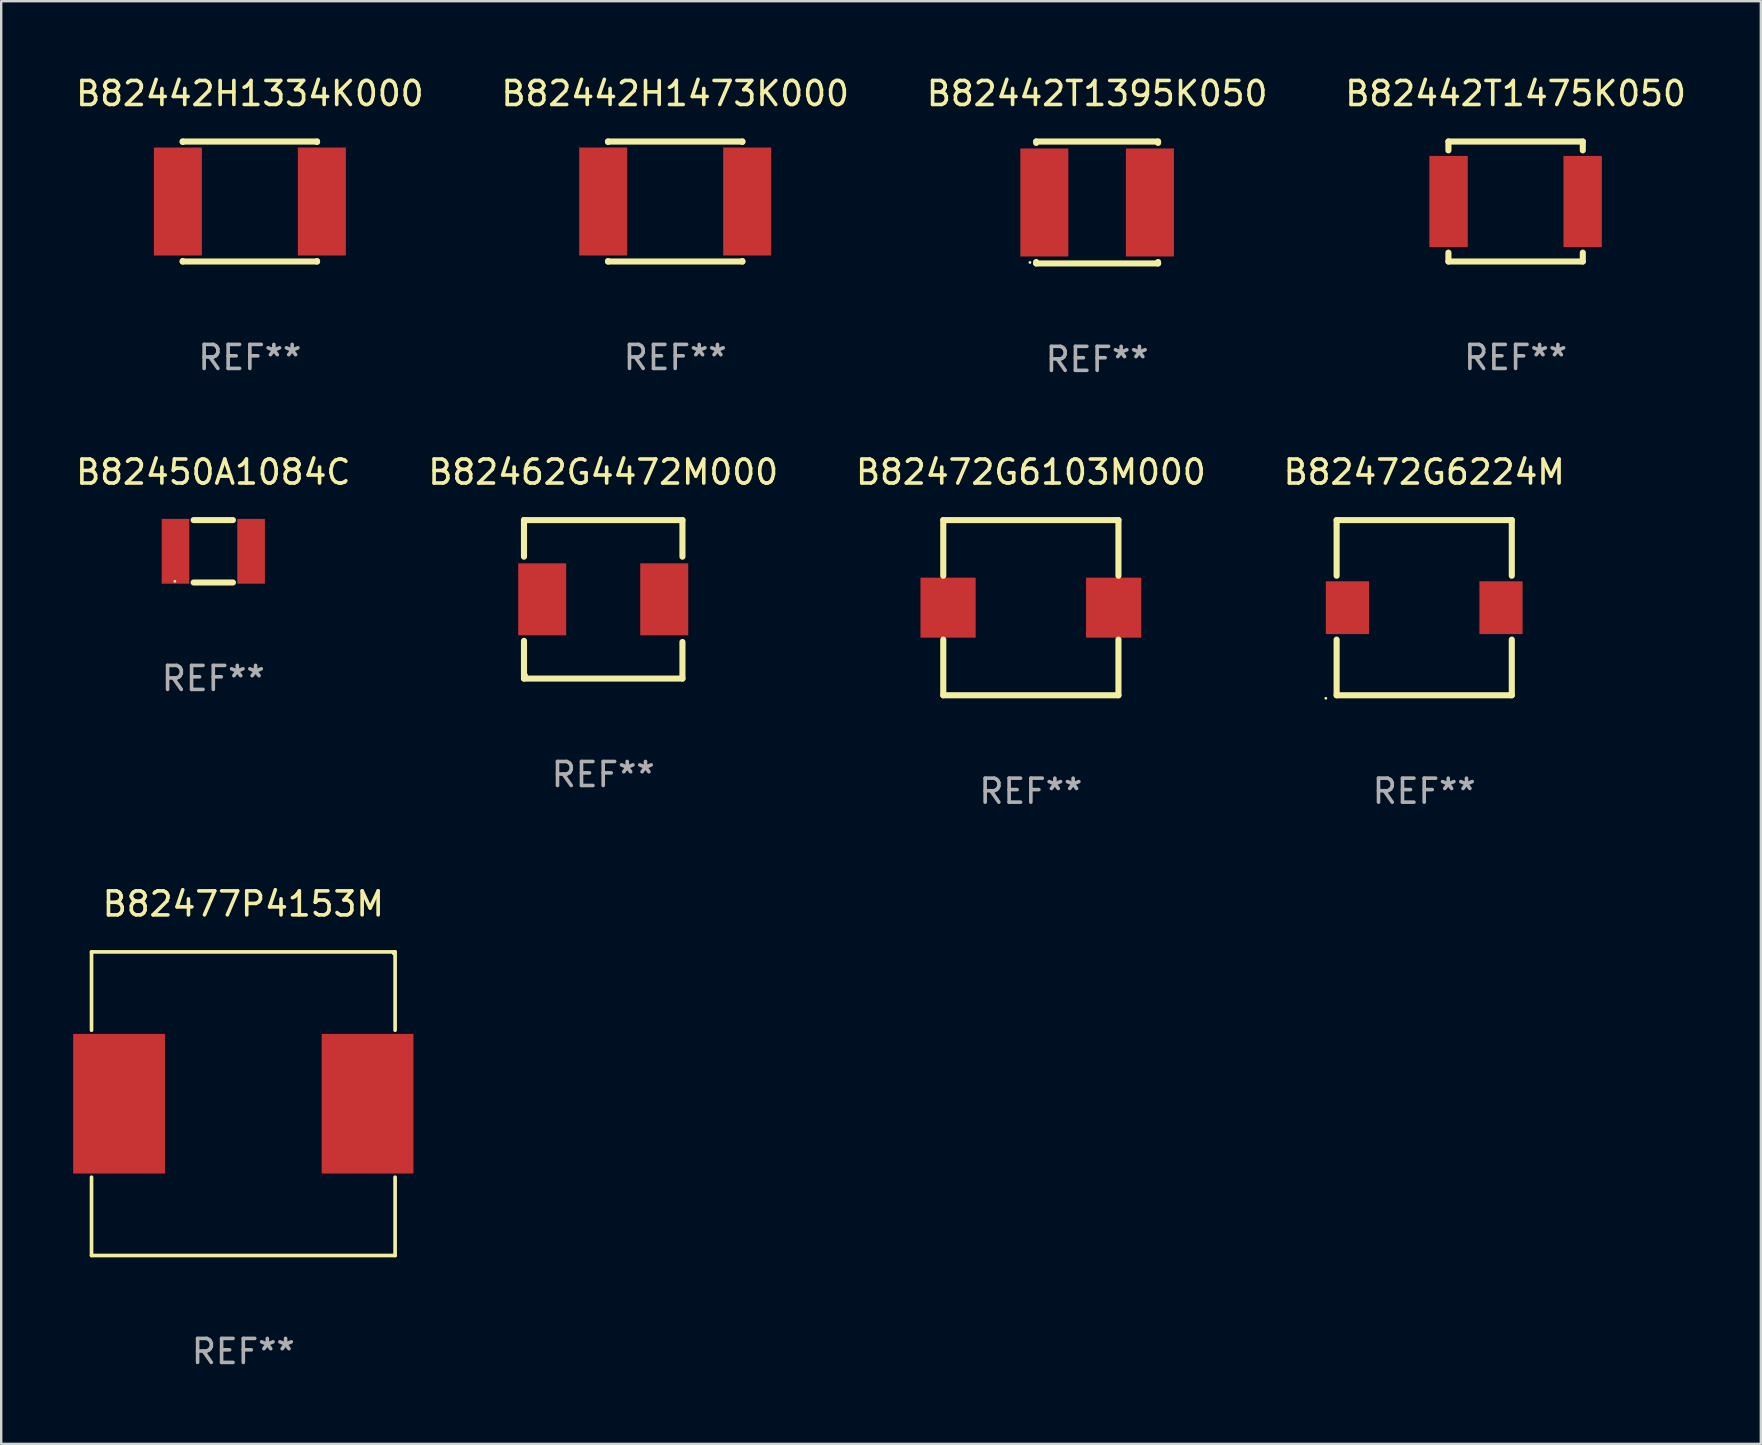
<source format=kicad_pcb>
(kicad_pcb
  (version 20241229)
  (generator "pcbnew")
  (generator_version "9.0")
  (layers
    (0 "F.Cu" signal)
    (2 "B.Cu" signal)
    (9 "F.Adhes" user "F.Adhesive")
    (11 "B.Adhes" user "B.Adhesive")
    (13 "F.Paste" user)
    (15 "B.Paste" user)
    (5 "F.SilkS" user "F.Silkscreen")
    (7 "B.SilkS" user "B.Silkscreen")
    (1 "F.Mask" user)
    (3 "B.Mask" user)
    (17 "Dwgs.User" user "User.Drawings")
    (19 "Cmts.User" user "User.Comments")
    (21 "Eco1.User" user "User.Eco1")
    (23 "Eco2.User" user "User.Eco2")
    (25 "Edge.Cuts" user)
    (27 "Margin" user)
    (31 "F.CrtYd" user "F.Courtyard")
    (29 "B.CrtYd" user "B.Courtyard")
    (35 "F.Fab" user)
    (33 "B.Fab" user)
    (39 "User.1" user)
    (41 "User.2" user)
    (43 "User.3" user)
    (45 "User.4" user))
  (footprint "B82472G6224M"
    (layer "F.Cu")
    (at 56.304 22.275)
    (property "Reference" "B82472G6224M" (at 0 -5.65 0) (layer "F.SilkS") (effects (font (size 1 1) (thickness 0.15))))
    (attr through_hole)
    (fp_line (start -3.65 -3.65) (end 3.65 -3.65) (stroke (width 0.254) (type solid)) (layer "F.SilkS"))
    (fp_line (start -3.65 -1.331) (end -3.65 -3.65) (stroke (width 0.254) (type solid)) (layer "F.SilkS"))
    (fp_line (start -3.65 3.65) (end -3.65 1.331) (stroke (width 0.254) (type solid)) (layer "F.SilkS"))
    (fp_line (start 3.65 -3.65) (end 3.65 -1.331) (stroke (width 0.254) (type solid)) (layer "F.SilkS"))
    (fp_line (start 3.65 1.331) (end 3.65 3.65) (stroke (width 0.254) (type solid)) (layer "F.SilkS"))
    (fp_line (start 3.65 3.65) (end -3.65 3.65) (stroke (width 0.254) (type solid)) (layer "F.SilkS"))
    (fp_circle (center -4.1 3.777) (end -4.07 3.777) (stroke (width 0.06) (type solid)) (fill no) (layer "F.SilkS"))
    (fp_text user "REF**" (at 0 7.65 0) (layer "F.Fab") (effects (font (size 1 1) (thickness 0.15))))
    (pad "1" smd rect (at -3.2 0 90) (size 2.2 1.8) (layers "F.Cu" "F.Mask" "F.Paste"))
    (pad "2" smd rect (at 3.2 0 90) (size 2.2 1.8) (layers "F.Cu" "F.Mask" "F.Paste")))
  (footprint "B82472G6103M000"
    (layer "F.Cu")
    (at 39.911 22.275)
    (property "Reference" "B82472G6103M000" (at 0 -5.65 0) (layer "F.SilkS") (effects (font (size 1 1) (thickness 0.15))))
    (attr through_hole)
    (fp_line (start -3.65 -3.65) (end 3.65 -3.65) (stroke (width 0.254) (type solid)) (layer "F.SilkS"))
    (fp_line (start -3.65 -1.331) (end -3.65 -3.65) (stroke (width 0.254) (type solid)) (layer "F.SilkS"))
    (fp_line (start -3.65 3.65) (end -3.65 1.331) (stroke (width 0.254) (type solid)) (layer "F.SilkS"))
    (fp_line (start 3.65 -3.65) (end 3.65 -1.331) (stroke (width 0.254) (type solid)) (layer "F.SilkS"))
    (fp_line (start 3.65 1.331) (end 3.65 3.65) (stroke (width 0.254) (type solid)) (layer "F.SilkS"))
    (fp_line (start 3.65 3.65) (end -3.65 3.65) (stroke (width 0.254) (type solid)) (layer "F.SilkS"))
    (fp_circle (center -3.65 3.65) (end -3.62 3.65) (stroke (width 0.06) (type solid)) (fill no) (layer "F.SilkS"))
    (fp_text user "REF**" (at 0 7.65 0) (layer "F.Fab") (effects (font (size 1 1) (thickness 0.15))))
    (pad "1" smd rect (at -3.45 0) (size 2.3 2.5) (layers "F.Cu" "F.Mask" "F.Paste"))
    (pad "2" smd rect (at 3.45 0) (size 2.3 2.5) (layers "F.Cu" "F.Mask" "F.Paste")))
  (footprint "B82442H1334K000"
    (layer "F.Cu")
    (at 7.363 5.348)
    (property "Reference" "B82442H1334K000" (at 0 -4.5 0) (layer "F.SilkS") (effects (font (size 1 1) (thickness 0.15))))
    (attr through_hole)
    (fp_line (start -2.8 -2.5) (end 2.8 -2.5) (stroke (width 0.254) (type solid)) (layer "F.SilkS"))
    (fp_line (start -2.8 -2.481) (end -2.8 -2.5) (stroke (width 0.254) (type solid)) (layer "F.SilkS"))
    (fp_line (start -2.8 2.5) (end -2.8 2.481) (stroke (width 0.254) (type solid)) (layer "F.SilkS"))
    (fp_line (start 2.8 -2.481) (end 2.8 -2.5) (stroke (width 0.254) (type solid)) (layer "F.SilkS"))
    (fp_line (start 2.8 2.5) (end -2.8 2.5) (stroke (width 0.254) (type solid)) (layer "F.SilkS"))
    (fp_line (start 2.8 2.5) (end 2.8 2.481) (stroke (width 0.254) (type solid)) (layer "F.SilkS"))
    (fp_circle (center -2.8 2.5) (end -2.77 2.5) (stroke (width 0.06) (type solid)) (fill no) (layer "F.SilkS"))
    (fp_text user "REF**" (at 0 6.5 0) (layer "F.Fab") (effects (font (size 1 1) (thickness 0.15))))
    (pad "1" smd rect (at -3 0 90) (size 4.5 2) (layers "F.Cu" "F.Mask" "F.Paste"))
    (pad "2" smd rect (at 3 0 90) (size 4.5 2) (layers "F.Cu" "F.Mask" "F.Paste")))
  (footprint "B82450A1084C"
    (layer "F.Cu")
    (at 5.839 19.925)
    (property "Reference" "B82450A1084C" (at 0 -3.3 0) (layer "F.SilkS") (effects (font (size 1 1) (thickness 0.15))))
    (attr through_hole)
    (fp_line (start -0.819 -1.3) (end 0.819 -1.3) (stroke (width 0.254) (type solid)) (layer "F.SilkS"))
    (fp_line (start -0.819 1.3) (end 0.819 1.3) (stroke (width 0.254) (type solid)) (layer "F.SilkS"))
    (fp_circle (center -1.6 1.25) (end -1.57 1.25) (stroke (width 0.06) (type solid)) (fill no) (layer "F.SilkS"))
    (fp_text user "REF**" (at 0 5.3 0) (layer "F.Fab") (effects (font (size 1 1) (thickness 0.15))))
    (pad "1" smd rect (at -1.575 0 90) (size 2.7 1.15) (layers "F.Cu" "F.Mask" "F.Paste"))
    (pad "2" smd rect (at 1.575 0 90) (size 2.7 1.15) (layers "F.Cu" "F.Mask" "F.Paste")))
  (footprint "B82462G4472M000"
    (layer "F.Cu")
    (at 22.089 21.927)
    (property "Reference" "B82462G4472M000" (at 0 -5.302 0) (layer "F.SilkS") (effects (font (size 1 1) (thickness 0.15))))
    (attr through_hole)
    (fp_line (start -3.302 -3.302) (end -3.302 -1.778) (stroke (width 0.254) (type solid)) (layer "F.SilkS"))
    (fp_line (start -3.302 1.731) (end -3.302 3.302) (stroke (width 0.254) (type solid)) (layer "F.SilkS"))
    (fp_line (start -3.302 3.302) (end 3.302 3.302) (stroke (width 0.254) (type solid)) (layer "F.SilkS"))
    (fp_line (start 3.302 -3.302) (end -3.302 -3.302) (stroke (width 0.254) (type solid)) (layer "F.SilkS"))
    (fp_line (start 3.302 -1.778) (end 3.302 -3.302) (stroke (width 0.254) (type solid)) (layer "F.SilkS"))
    (fp_line (start 3.302 3.302) (end 3.302 1.778) (stroke (width 0.254) (type solid)) (layer "F.SilkS"))
    (fp_circle (center -3.193 3.15) (end -3.163 3.15) (stroke (width 0.06) (type solid)) (fill no) (layer "F.SilkS"))
    (fp_text user "REF**" (at 0 7.302 0) (layer "F.Fab") (effects (font (size 1 1) (thickness 0.15))))
    (pad "1" smd rect (at -2.543 0) (size 2 3) (layers "F.Cu" "F.Mask" "F.Paste"))
    (pad "2" smd rect (at 2.543 0) (size 2 3) (layers "F.Cu" "F.Mask" "F.Paste")))
  (footprint "B82477P4153M"
    (layer "F.Cu")
    (at 7.09 42.947)
    (property "Reference" "B82477P4153M" (at 0 -8.326 0) (layer "F.SilkS") (effects (font (size 1 1) (thickness 0.15))))
    (attr through_hole)
    (fp_line (start -6.326 -6.326) (end 6.326 -6.326) (stroke (width 0.152) (type solid)) (layer "F.SilkS"))
    (fp_line (start -6.326 -3.062) (end -6.326 -6.326) (stroke (width 0.152) (type solid)) (layer "F.SilkS"))
    (fp_line (start -6.326 3.062) (end -6.326 6.326) (stroke (width 0.152) (type solid)) (layer "F.SilkS"))
    (fp_line (start -6.326 6.326) (end 6.326 6.326) (stroke (width 0.152) (type solid)) (layer "F.SilkS"))
    (fp_line (start 6.326 -6.326) (end 6.326 -3.062) (stroke (width 0.152) (type solid)) (layer "F.SilkS"))
    (fp_line (start 6.326 6.326) (end 6.326 3.062) (stroke (width 0.152) (type solid)) (layer "F.SilkS"))
    (fp_circle (center 6.25 -6.25) (end 6.28 -6.25) (stroke (width 0.06) (type solid)) (fill no) (layer "F.SilkS"))
    (fp_text user "REF**" (at 0 10.326 0) (layer "F.Fab") (effects (font (size 1 1) (thickness 0.15))))
    (pad "1" smd rect (at 5.178 0) (size 3.824 5.82) (layers "F.Cu" "F.Mask" "F.Paste"))
    (pad "2" smd rect (at -5.178 0) (size 3.824 5.82) (layers "F.Cu" "F.Mask" "F.Paste")))
  (footprint "B82442T1475K050"
    (layer "F.Cu")
    (at 60.113 5.348)
    (property "Reference" "B82442T1475K050" (at 0 -4.5 0) (layer "F.SilkS") (effects (font (size 1 1) (thickness 0.15))))
    (attr through_hole)
    (fp_line (start -2.8 -2.5) (end -2.8 -2.131) (stroke (width 0.254) (type solid)) (layer "F.SilkS"))
    (fp_line (start -2.8 2.131) (end -2.8 2.5) (stroke (width 0.254) (type solid)) (layer "F.SilkS"))
    (fp_line (start -2.8 2.5) (end 2.8 2.5) (stroke (width 0.254) (type solid)) (layer "F.SilkS"))
    (fp_line (start 2.8 -2.5) (end -2.8 -2.5) (stroke (width 0.254) (type solid)) (layer "F.SilkS"))
    (fp_line (start 2.8 -2.131) (end 2.8 -2.5) (stroke (width 0.254) (type solid)) (layer "F.SilkS"))
    (fp_line (start 2.8 2.5) (end 2.8 2.131) (stroke (width 0.254) (type solid)) (layer "F.SilkS"))
    (fp_circle (center -2.8 2.5) (end -2.77 2.5) (stroke (width 0.06) (type solid)) (fill no) (layer "F.SilkS"))
    (fp_text user "REF**" (at 0 6.5 0) (layer "F.Fab") (effects (font (size 1 1) (thickness 0.15))))
    (pad "1" smd rect (at -2.794 0) (size 1.6 3.8) (layers "F.Cu" "F.Mask" "F.Paste"))
    (pad "2" smd rect (at 2.794 0) (size 1.6 3.8) (layers "F.Cu" "F.Mask" "F.Paste")))
  (footprint "B82442T1395K050"
    (layer "F.Cu")
    (at 42.673 5.388)
    (property "Reference" "B82442T1395K050" (at 0 -4.54 0) (layer "F.SilkS") (effects (font (size 1 1) (thickness 0.15))))
    (attr through_hole)
    (fp_line (start -2.54 -2.54) (end 2.54 -2.54) (stroke (width 0.254) (type solid)) (layer "F.SilkS"))
    (fp_line (start -2.54 -2.481) (end -2.54 -2.54) (stroke (width 0.254) (type solid)) (layer "F.SilkS"))
    (fp_line (start -2.54 2.54) (end -2.54 2.481) (stroke (width 0.254) (type solid)) (layer "F.SilkS"))
    (fp_line (start 2.54 -2.54) (end 2.54 -2.481) (stroke (width 0.254) (type solid)) (layer "F.SilkS"))
    (fp_line (start 2.54 2.481) (end 2.54 2.54) (stroke (width 0.254) (type solid)) (layer "F.SilkS"))
    (fp_line (start 2.54 2.54) (end -2.54 2.54) (stroke (width 0.254) (type solid)) (layer "F.SilkS"))
    (fp_circle (center -2.8 2.5) (end -2.77 2.5) (stroke (width 0.06) (type solid)) (fill no) (layer "F.SilkS"))
    (fp_text user "REF**" (at 0 6.54 0) (layer "F.Fab") (effects (font (size 1 1) (thickness 0.15))))
    (pad "1" smd rect (at -2.2 0) (size 2 4.5) (layers "F.Cu" "F.Mask" "F.Paste"))
    (pad "2" smd rect (at 2.2 0) (size 2 4.5) (layers "F.Cu" "F.Mask" "F.Paste")))
  (footprint "B82442H1473K000"
    (layer "F.Cu")
    (at 25.089 5.348)
    (property "Reference" "B82442H1473K000" (at 0 -4.5 0) (layer "F.SilkS") (effects (font (size 1 1) (thickness 0.15))))
    (attr through_hole)
    (fp_line (start -2.8 -2.5) (end 2.8 -2.5) (stroke (width 0.254) (type solid)) (layer "F.SilkS"))
    (fp_line (start -2.8 -2.481) (end -2.8 -2.5) (stroke (width 0.254) (type solid)) (layer "F.SilkS"))
    (fp_line (start -2.8 2.5) (end -2.8 2.481) (stroke (width 0.254) (type solid)) (layer "F.SilkS"))
    (fp_line (start 2.8 -2.481) (end 2.8 -2.5) (stroke (width 0.254) (type solid)) (layer "F.SilkS"))
    (fp_line (start 2.8 2.5) (end -2.8 2.5) (stroke (width 0.254) (type solid)) (layer "F.SilkS"))
    (fp_line (start 2.8 2.5) (end 2.8 2.481) (stroke (width 0.254) (type solid)) (layer "F.SilkS"))
    (fp_circle (center -2.8 2.5) (end -2.77 2.5) (stroke (width 0.06) (type solid)) (fill no) (layer "F.SilkS"))
    (fp_text user "REF**" (at 0 6.5 0) (layer "F.Fab") (effects (font (size 1 1) (thickness 0.15))))
    (pad "1" smd rect (at -3 0 90) (size 4.5 2) (layers "F.Cu" "F.Mask" "F.Paste"))
    (pad "2" smd rect (at 3 0 90) (size 4.5 2) (layers "F.Cu" "F.Mask" "F.Paste")))
  (gr_rect
    (start -3 -3)
    (end 70.333 57.122)
    (stroke (width 0.1) (type default))
    (fill no)
    (layer "Edge.Cuts")))
</source>
